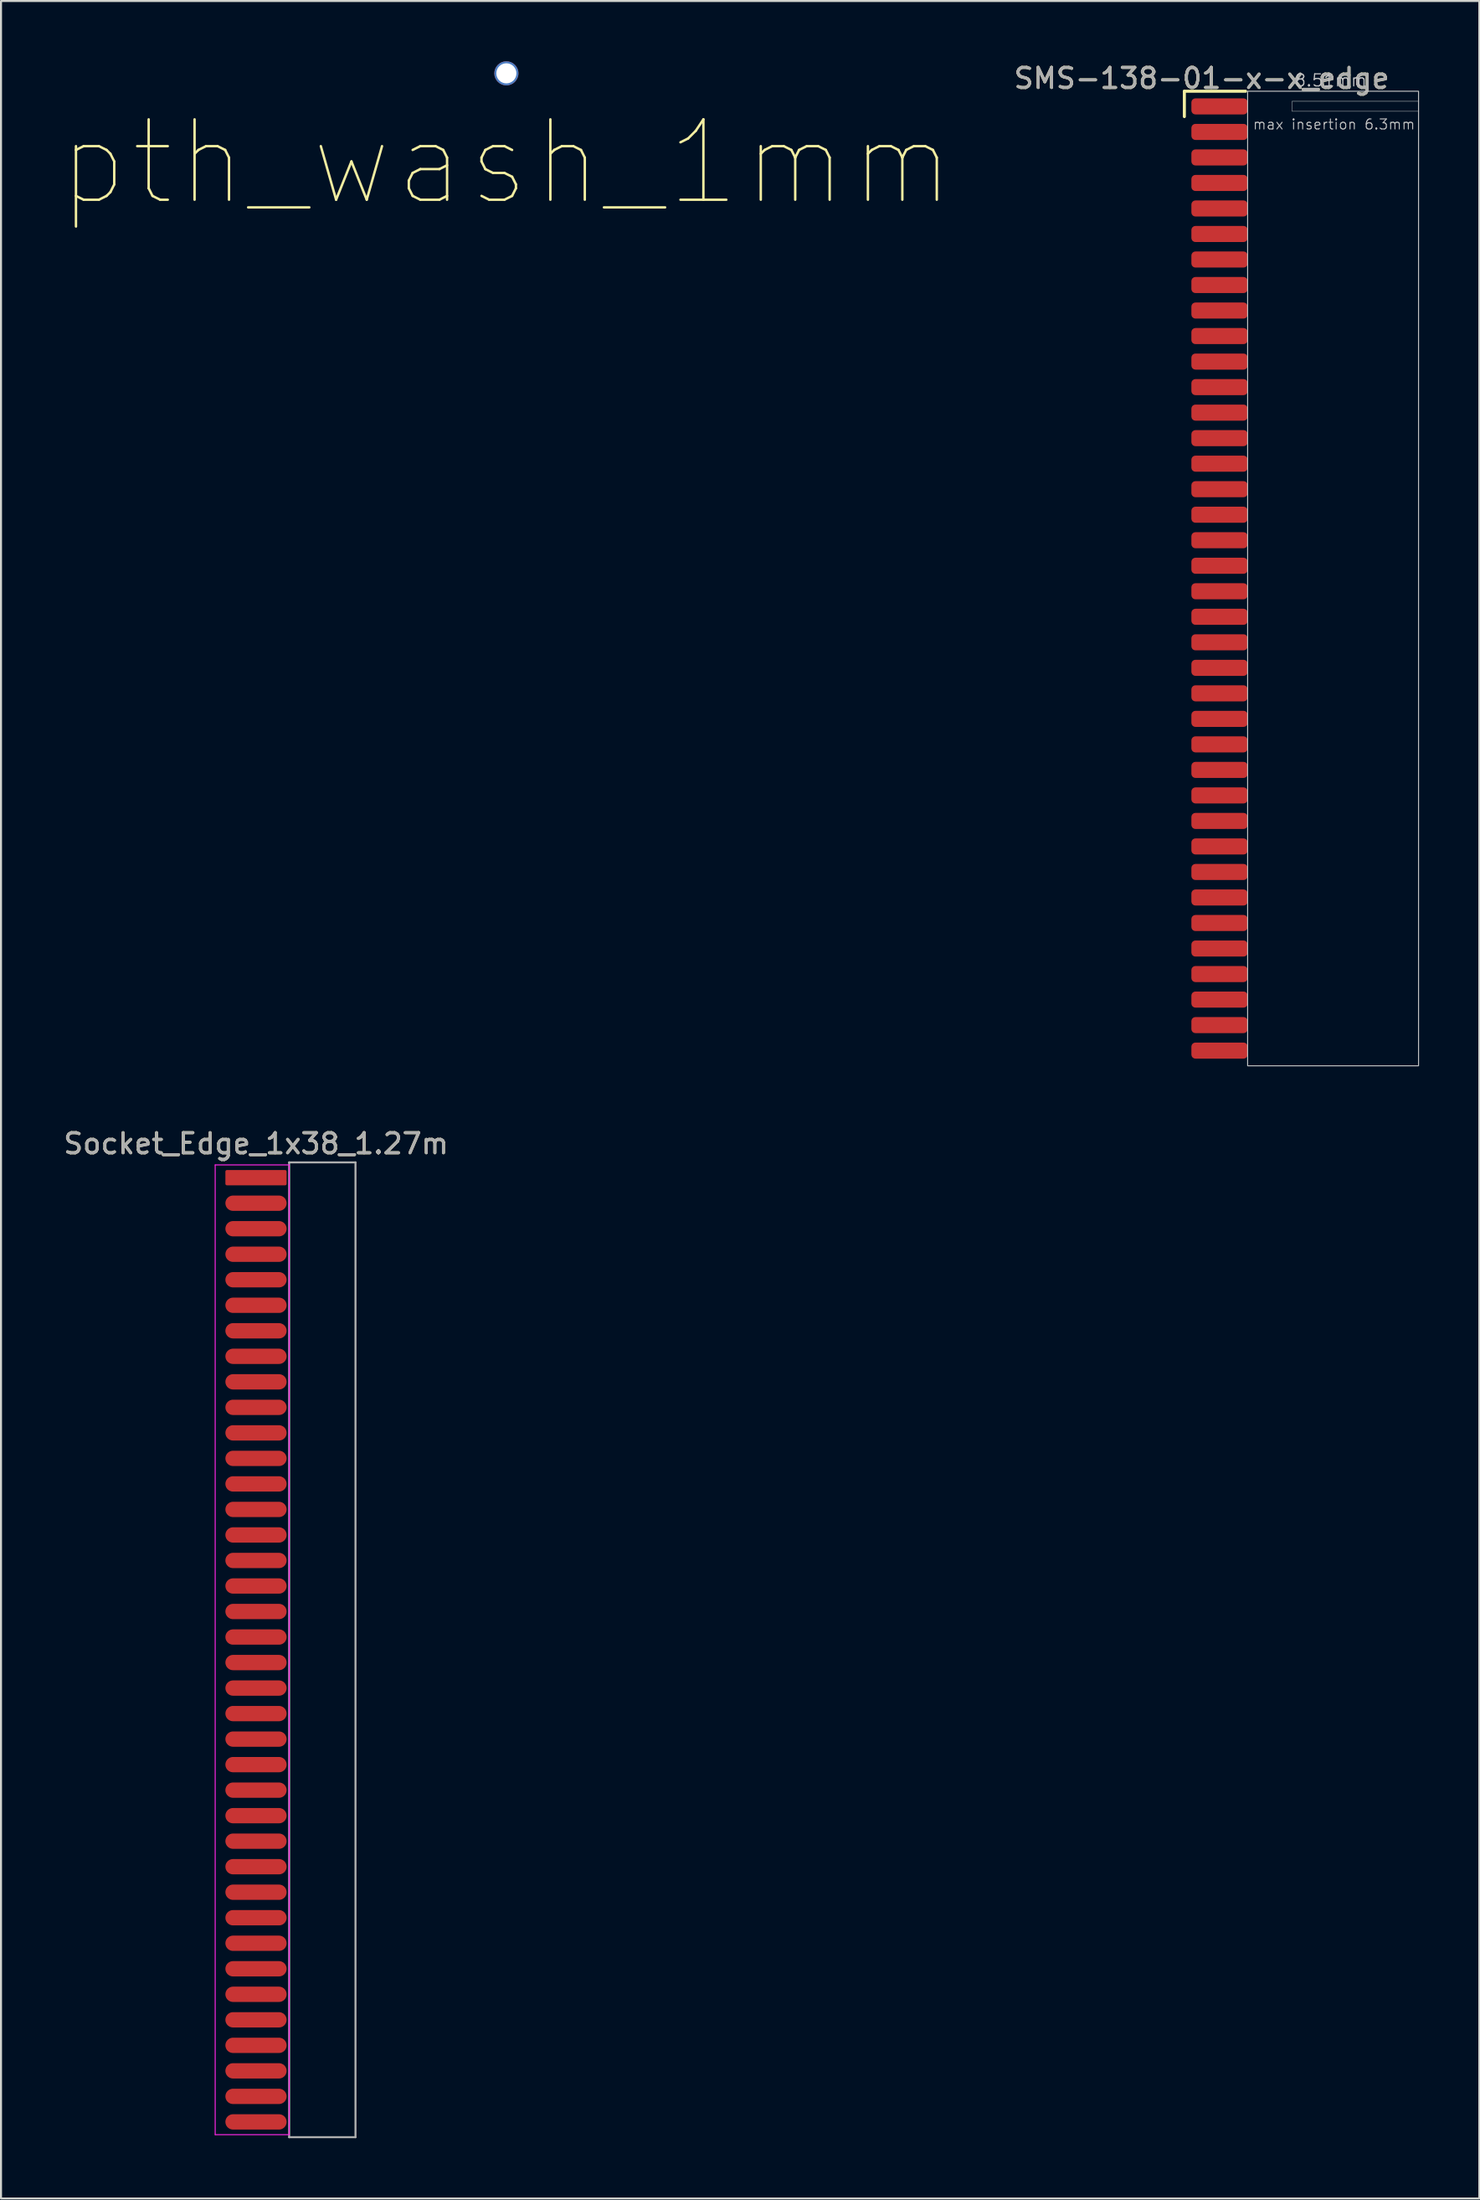
<source format=kicad_pcb>
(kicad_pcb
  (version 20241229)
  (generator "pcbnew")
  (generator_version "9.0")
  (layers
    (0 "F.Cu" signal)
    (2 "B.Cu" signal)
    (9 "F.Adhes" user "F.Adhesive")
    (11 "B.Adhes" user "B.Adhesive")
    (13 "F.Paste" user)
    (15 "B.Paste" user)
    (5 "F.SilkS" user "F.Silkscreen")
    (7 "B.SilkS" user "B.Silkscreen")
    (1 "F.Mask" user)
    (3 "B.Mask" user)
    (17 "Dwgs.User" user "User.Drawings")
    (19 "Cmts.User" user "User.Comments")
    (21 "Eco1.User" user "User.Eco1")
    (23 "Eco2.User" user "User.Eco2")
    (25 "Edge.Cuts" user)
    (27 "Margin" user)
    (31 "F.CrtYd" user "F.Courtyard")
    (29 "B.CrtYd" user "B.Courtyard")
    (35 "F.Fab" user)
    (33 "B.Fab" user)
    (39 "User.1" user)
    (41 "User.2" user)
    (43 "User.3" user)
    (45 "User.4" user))
  (footprint "SMS-138-01-x-x_edge"
    (layer "F.Cu")
    (at 59.066 25.74)
    (property "Reference" "SMS-138-01-x-x_edge" (at -2.286 -24.892 0) (layer "F.SilkS") (effects (font (size 1 1) (thickness 0.15))))
    (attr smd)
    (fp_line (start -3.15 -22.987) (end -3.15 -24.25) (stroke (width 0.15) (type solid)) (layer "F.SilkS"))
    (fp_line (start -0.1 -24.25) (end -3.15 -24.25) (stroke (width 0.15) (type solid)) (layer "F.SilkS"))
    (fp_rect (start 0 -24.25) (end 8.51 24.25) (stroke (width 0.05) (type solid)) (fill no) (layer "Dwgs.User"))
    (fp_rect (start 8.51 -23.25) (end 2.21 -23.75) (stroke (width 0.02) (type solid)) (fill no) (layer "Dwgs.User"))
    (fp_text user "max insertion 6.3mm" (at 4.3 -22.6 0) (unlocked yes) (layer "Dwgs.User") (effects (font (size 0.5 0.5) (thickness 0.05))))
    (fp_text user "8.51mm" (at 4.14 -24.79 0) (unlocked yes) (layer "Dwgs.User") (effects (font (size 0.6 0.6) (thickness 0.06))))
    (fp_text user "${REFERENCE}" (at -2.286 -24.892 0) (layer "F.Fab") (effects (font (size 1 1) (thickness 0.15))))
    (pad "1" smd roundrect (at -1.4 -23.495) (size 2.8 0.8) (layers "F.Cu" "F.Mask" "F.Paste") (roundrect_rratio 0.25))
    (pad "2" smd roundrect (at -1.4 -22.225) (size 2.8 0.8) (layers "F.Cu" "F.Mask" "F.Paste") (roundrect_rratio 0.25))
    (pad "3" smd roundrect (at -1.4 -20.955) (size 2.8 0.8) (layers "F.Cu" "F.Mask" "F.Paste") (roundrect_rratio 0.25))
    (pad "4" smd roundrect (at -1.4 -19.685) (size 2.8 0.8) (layers "F.Cu" "F.Mask" "F.Paste") (roundrect_rratio 0.25))
    (pad "5" smd roundrect (at -1.4 -18.415) (size 2.8 0.8) (layers "F.Cu" "F.Mask" "F.Paste") (roundrect_rratio 0.25))
    (pad "6" smd roundrect (at -1.4 -17.145) (size 2.8 0.8) (layers "F.Cu" "F.Mask" "F.Paste") (roundrect_rratio 0.25))
    (pad "7" smd roundrect (at -1.4 -15.875) (size 2.8 0.8) (layers "F.Cu" "F.Mask" "F.Paste") (roundrect_rratio 0.25))
    (pad "8" smd roundrect (at -1.4 -14.605) (size 2.8 0.8) (layers "F.Cu" "F.Mask" "F.Paste") (roundrect_rratio 0.25))
    (pad "9" smd roundrect (at -1.4 -13.335) (size 2.8 0.8) (layers "F.Cu" "F.Mask" "F.Paste") (roundrect_rratio 0.25))
    (pad "10" smd roundrect (at -1.4 -12.065) (size 2.8 0.8) (layers "F.Cu" "F.Mask" "F.Paste") (roundrect_rratio 0.25))
    (pad "11" smd roundrect (at -1.4 -10.795) (size 2.8 0.8) (layers "F.Cu" "F.Mask" "F.Paste") (roundrect_rratio 0.25))
    (pad "12" smd roundrect (at -1.4 -9.525) (size 2.8 0.8) (layers "F.Cu" "F.Mask" "F.Paste") (roundrect_rratio 0.25))
    (pad "13" smd roundrect (at -1.4 -8.255) (size 2.8 0.8) (layers "F.Cu" "F.Mask" "F.Paste") (roundrect_rratio 0.25))
    (pad "14" smd roundrect (at -1.4 -6.985) (size 2.8 0.8) (layers "F.Cu" "F.Mask" "F.Paste") (roundrect_rratio 0.25))
    (pad "15" smd roundrect (at -1.4 -5.715) (size 2.8 0.8) (layers "F.Cu" "F.Mask" "F.Paste") (roundrect_rratio 0.25))
    (pad "16" smd roundrect (at -1.4 -4.445) (size 2.8 0.8) (layers "F.Cu" "F.Mask" "F.Paste") (roundrect_rratio 0.25))
    (pad "17" smd roundrect (at -1.4 -3.175) (size 2.8 0.8) (layers "F.Cu" "F.Mask" "F.Paste") (roundrect_rratio 0.25))
    (pad "18" smd roundrect (at -1.4 -1.905) (size 2.8 0.8) (layers "F.Cu" "F.Mask" "F.Paste") (roundrect_rratio 0.25))
    (pad "19" smd roundrect (at -1.4 -0.635) (size 2.8 0.8) (layers "F.Cu" "F.Mask" "F.Paste") (roundrect_rratio 0.25))
    (pad "20" smd roundrect (at -1.4 0.635) (size 2.8 0.8) (layers "F.Cu" "F.Mask" "F.Paste") (roundrect_rratio 0.25))
    (pad "21" smd roundrect (at -1.4 1.905) (size 2.8 0.8) (layers "F.Cu" "F.Mask" "F.Paste") (roundrect_rratio 0.25))
    (pad "22" smd roundrect (at -1.4 3.175) (size 2.8 0.8) (layers "F.Cu" "F.Mask" "F.Paste") (roundrect_rratio 0.25))
    (pad "23" smd roundrect (at -1.4 4.445) (size 2.8 0.8) (layers "F.Cu" "F.Mask" "F.Paste") (roundrect_rratio 0.25))
    (pad "24" smd roundrect (at -1.4 5.715) (size 2.8 0.8) (layers "F.Cu" "F.Mask" "F.Paste") (roundrect_rratio 0.25))
    (pad "25" smd roundrect (at -1.4 6.985) (size 2.8 0.8) (layers "F.Cu" "F.Mask" "F.Paste") (roundrect_rratio 0.25))
    (pad "26" smd roundrect (at -1.4 8.255) (size 2.8 0.8) (layers "F.Cu" "F.Mask" "F.Paste") (roundrect_rratio 0.25))
    (pad "27" smd roundrect (at -1.4 9.525) (size 2.8 0.8) (layers "F.Cu" "F.Mask" "F.Paste") (roundrect_rratio 0.25))
    (pad "28" smd roundrect (at -1.4 10.795) (size 2.8 0.8) (layers "F.Cu" "F.Mask" "F.Paste") (roundrect_rratio 0.25))
    (pad "29" smd roundrect (at -1.4 12.065) (size 2.8 0.8) (layers "F.Cu" "F.Mask" "F.Paste") (roundrect_rratio 0.25))
    (pad "30" smd roundrect (at -1.4 13.335) (size 2.8 0.8) (layers "F.Cu" "F.Mask" "F.Paste") (roundrect_rratio 0.25))
    (pad "31" smd roundrect (at -1.4 14.605) (size 2.8 0.8) (layers "F.Cu" "F.Mask" "F.Paste") (roundrect_rratio 0.25))
    (pad "32" smd roundrect (at -1.4 15.875) (size 2.8 0.8) (layers "F.Cu" "F.Mask" "F.Paste") (roundrect_rratio 0.25))
    (pad "33" smd roundrect (at -1.4 17.145) (size 2.8 0.8) (layers "F.Cu" "F.Mask" "F.Paste") (roundrect_rratio 0.25))
    (pad "34" smd roundrect (at -1.4 18.415) (size 2.8 0.8) (layers "F.Cu" "F.Mask" "F.Paste") (roundrect_rratio 0.25))
    (pad "35" smd roundrect (at -1.4 19.685) (size 2.8 0.8) (layers "F.Cu" "F.Mask" "F.Paste") (roundrect_rratio 0.25))
    (pad "36" smd roundrect (at -1.4 20.955) (size 2.8 0.8) (layers "F.Cu" "F.Mask" "F.Paste") (roundrect_rratio 0.25))
    (pad "37" smd roundrect (at -1.4 22.225) (size 2.8 0.8) (layers "F.Cu" "F.Mask" "F.Paste") (roundrect_rratio 0.25))
    (pad "38" smd roundrect (at -1.4 23.495) (size 2.8 0.8) (layers "F.Cu" "F.Mask" "F.Paste") (roundrect_rratio 0.25)))
  (footprint "pth_wash_1mm"
    (layer "F.Cu")
    (at 22.161 0.6)
    (property "Reference" "pth_wash_1mm" (at 0 4.445 0) (layer "F.SilkS") (effects (font (size 4 4) (thickness 0.12))))
    (attr through_hole)
    (pad "" thru_hole circle (at 0 0) (size 1.2 1.2) (drill 1) (layers "*.Cu" "*.Mask")))
  (footprint "Socket_Edge_1x38_1.27m"
    (layer "F.Cu")
    (at 9.696 55.559)
    (property "Reference" "Socket_Edge_1x38_1.27m" (at 0 -1.695 0) (layer "F.SilkS") (effects (font (size 1 1) (thickness 0.15))))
    (attr smd)
    (fp_line (start -2.032 -0.635) (end -2.032 47.625) (stroke (width 0.05) (type solid)) (layer "F.CrtYd"))
    (fp_line (start -2.032 47.625) (end 1.651 47.625) (stroke (width 0.05) (type solid)) (layer "F.CrtYd"))
    (fp_line (start 1.651 -0.635) (end -2.032 -0.635) (stroke (width 0.05) (type solid)) (layer "F.CrtYd"))
    (fp_line (start 1.651 47.625) (end 1.651 -0.635) (stroke (width 0.05) (type solid)) (layer "F.CrtYd"))
    (fp_line (start 1.651 47.752) (end 1.651 -0.762) (stroke (width 0.1) (type solid)) (layer "F.Fab"))
    (fp_line (start 1.651 47.752) (end 4.953 47.752) (stroke (width 0.1) (type solid)) (layer "F.Fab"))
    (fp_line (start 4.953 -0.762) (end 1.651 -0.762) (stroke (width 0.1) (type solid)) (layer "F.Fab"))
    (fp_line (start 4.953 -0.762) (end 4.953 47.752) (stroke (width 0.1) (type solid)) (layer "F.Fab"))
    (fp_text user "${REFERENCE}" (at 0 -1.695 0) (layer "F.Fab") (effects (font (size 1 1) (thickness 0.15))))
    (pad "1" smd roundrect (at 0 0) (size 3.048 0.762) (layers "F.Cu" "F.Mask" "F.Paste") (roundrect_rratio 0.1))
    (pad "2" smd oval (at 0 1.27) (size 3.048 0.762) (layers "F.Cu" "F.Mask" "F.Paste"))
    (pad "3" smd oval (at 0 2.54) (size 3.048 0.762) (layers "F.Cu" "F.Mask" "F.Paste"))
    (pad "4" smd oval (at 0 3.81) (size 3.048 0.762) (layers "F.Cu" "F.Mask" "F.Paste"))
    (pad "5" smd oval (at 0 5.08) (size 3.048 0.762) (layers "F.Cu" "F.Mask" "F.Paste"))
    (pad "6" smd oval (at 0 6.35) (size 3.048 0.762) (layers "F.Cu" "F.Mask" "F.Paste"))
    (pad "7" smd oval (at 0 7.62) (size 3.048 0.762) (layers "F.Cu" "F.Mask" "F.Paste"))
    (pad "8" smd oval (at 0 8.89) (size 3.048 0.762) (layers "F.Cu" "F.Mask" "F.Paste"))
    (pad "9" smd oval (at 0 10.16) (size 3.048 0.762) (layers "F.Cu" "F.Mask" "F.Paste"))
    (pad "10" smd oval (at 0 11.43) (size 3.048 0.762) (layers "F.Cu" "F.Mask" "F.Paste"))
    (pad "11" smd oval (at 0 12.7) (size 3.048 0.762) (layers "F.Cu" "F.Mask" "F.Paste"))
    (pad "12" smd oval (at 0 13.97) (size 3.048 0.762) (layers "F.Cu" "F.Mask" "F.Paste"))
    (pad "13" smd oval (at 0 15.24) (size 3.048 0.762) (layers "F.Cu" "F.Mask" "F.Paste"))
    (pad "14" smd oval (at 0 16.51) (size 3.048 0.762) (layers "F.Cu" "F.Mask" "F.Paste"))
    (pad "15" smd oval (at 0 17.78) (size 3.048 0.762) (layers "F.Cu" "F.Mask" "F.Paste"))
    (pad "16" smd oval (at 0 19.05) (size 3.048 0.762) (layers "F.Cu" "F.Mask" "F.Paste"))
    (pad "17" smd oval (at 0 20.32) (size 3.048 0.762) (layers "F.Cu" "F.Mask" "F.Paste"))
    (pad "18" smd oval (at 0 21.59) (size 3.048 0.762) (layers "F.Cu" "F.Mask" "F.Paste"))
    (pad "19" smd oval (at 0 22.86) (size 3.048 0.762) (layers "F.Cu" "F.Mask" "F.Paste"))
    (pad "20" smd oval (at 0 24.13) (size 3.048 0.762) (layers "F.Cu" "F.Mask" "F.Paste"))
    (pad "21" smd oval (at 0 25.4) (size 3.048 0.762) (layers "F.Cu" "F.Mask" "F.Paste"))
    (pad "22" smd oval (at 0 26.67) (size 3.048 0.762) (layers "F.Cu" "F.Mask" "F.Paste"))
    (pad "23" smd oval (at 0 27.94) (size 3.048 0.762) (layers "F.Cu" "F.Mask" "F.Paste"))
    (pad "24" smd oval (at 0 29.21) (size 3.048 0.762) (layers "F.Cu" "F.Mask" "F.Paste"))
    (pad "25" smd oval (at 0 30.48) (size 3.048 0.762) (layers "F.Cu" "F.Mask" "F.Paste"))
    (pad "26" smd oval (at 0 31.75) (size 3.048 0.762) (layers "F.Cu" "F.Mask" "F.Paste"))
    (pad "27" smd oval (at 0 33.02) (size 3.048 0.762) (layers "F.Cu" "F.Mask" "F.Paste"))
    (pad "28" smd oval (at 0 34.29) (size 3.048 0.762) (layers "F.Cu" "F.Mask" "F.Paste"))
    (pad "29" smd oval (at 0 35.56) (size 3.048 0.762) (layers "F.Cu" "F.Mask" "F.Paste"))
    (pad "30" smd oval (at 0 36.83) (size 3.048 0.762) (layers "F.Cu" "F.Mask" "F.Paste"))
    (pad "31" smd oval (at 0 38.1) (size 3.048 0.762) (layers "F.Cu" "F.Mask" "F.Paste"))
    (pad "32" smd oval (at 0 39.37) (size 3.048 0.762) (layers "F.Cu" "F.Mask" "F.Paste"))
    (pad "33" smd oval (at 0 40.64) (size 3.048 0.762) (layers "F.Cu" "F.Mask" "F.Paste"))
    (pad "34" smd oval (at 0 41.91) (size 3.048 0.762) (layers "F.Cu" "F.Mask" "F.Paste"))
    (pad "35" smd oval (at 0 43.18) (size 3.048 0.762) (layers "F.Cu" "F.Mask" "F.Paste"))
    (pad "36" smd oval (at 0 44.45) (size 3.048 0.762) (layers "F.Cu" "F.Mask" "F.Paste"))
    (pad "37" smd oval (at 0 45.72) (size 3.048 0.762) (layers "F.Cu" "F.Mask" "F.Paste"))
    (pad "38" smd oval (at 0 46.99) (size 3.048 0.762) (layers "F.Cu" "F.Mask" "F.Paste")))
  (gr_rect
    (start -3 -3)
    (end 70.601 106.361)
    (stroke (width 0.1) (type default))
    (fill no)
    (layer "Edge.Cuts")))
</source>
